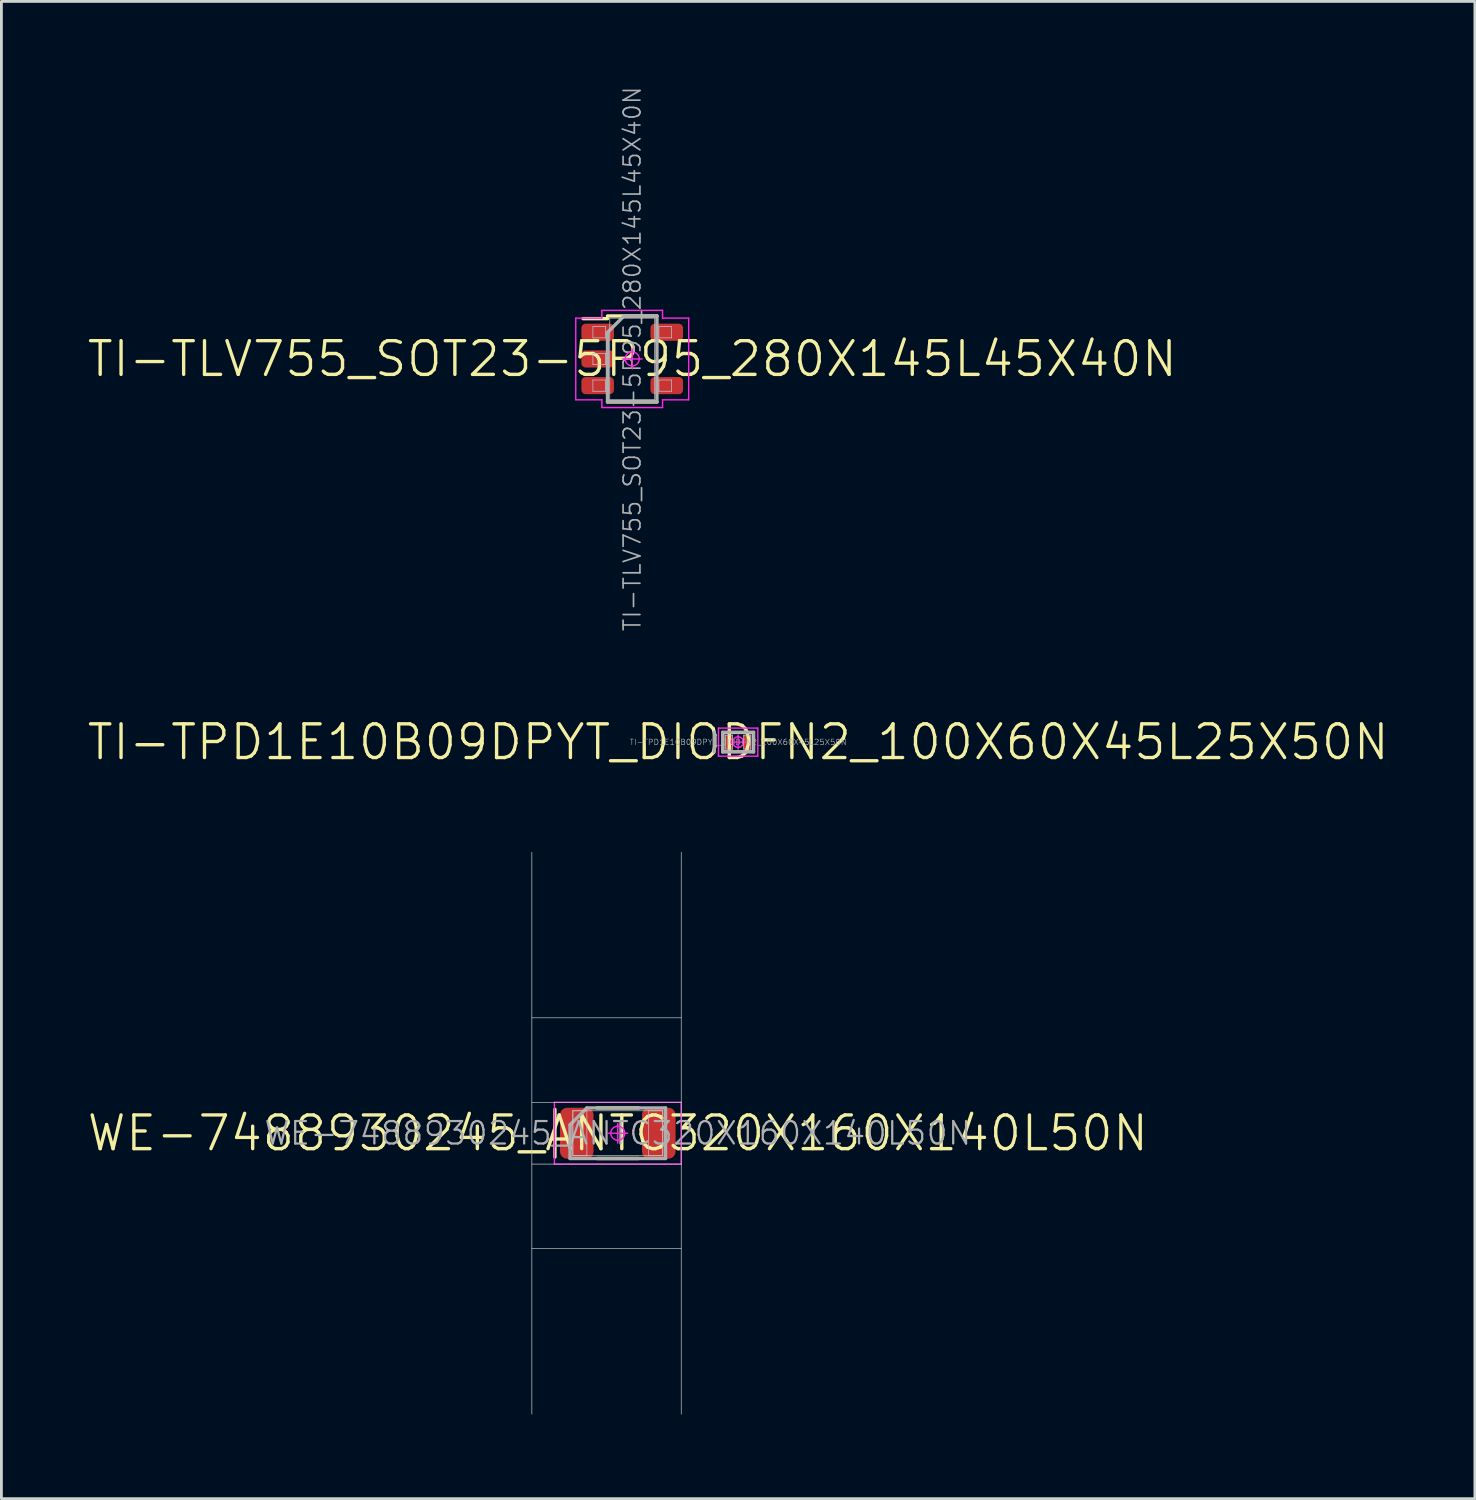
<source format=kicad_pcb>
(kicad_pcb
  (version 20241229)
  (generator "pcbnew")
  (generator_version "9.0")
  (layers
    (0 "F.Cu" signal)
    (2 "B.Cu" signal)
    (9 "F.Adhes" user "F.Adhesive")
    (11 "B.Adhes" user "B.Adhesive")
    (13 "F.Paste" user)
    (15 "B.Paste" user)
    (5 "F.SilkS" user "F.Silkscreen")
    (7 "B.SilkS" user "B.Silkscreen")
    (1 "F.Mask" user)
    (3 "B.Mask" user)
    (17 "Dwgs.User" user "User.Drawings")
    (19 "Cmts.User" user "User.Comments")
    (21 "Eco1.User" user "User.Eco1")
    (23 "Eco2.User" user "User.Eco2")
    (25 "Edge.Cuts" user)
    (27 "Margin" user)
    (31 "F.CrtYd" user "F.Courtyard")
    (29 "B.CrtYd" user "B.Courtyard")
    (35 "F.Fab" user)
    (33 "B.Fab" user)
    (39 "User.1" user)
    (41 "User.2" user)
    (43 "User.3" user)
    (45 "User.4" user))
  (footprint "TI-TLV755_SOT23-5P95_280X145L45X40N"
    (layer "F.Cu")
    (at 19.46 9.73)
    (property "Reference" "TI-TLV755_SOT23-5P95_280X145L45X40N" (at 0 0 0) (layer "F.SilkS") (effects (font (size 1.2 1.2) (thickness 0.12))))
    (attr smd)
    (fp_line (start -0.88 -1.53) (end 0.88 -1.53) (stroke (width 0.12) (type solid)) (layer "F.SilkS"))
    (fp_line (start -0.88 -1.435) (end -1.75 -1.435) (stroke (width 0.12) (type solid)) (layer "F.SilkS"))
    (fp_line (start -0.88 1.53) (end 0.88 1.53) (stroke (width 0.12) (type solid)) (layer "F.SilkS"))
    (fp_line (start -1.4 -1.15) (end -0.95 -1.15) (stroke (width 0.025) (type solid)) (layer "Dwgs.User"))
    (fp_line (start -1.4 -0.75) (end -1.4 -1.15) (stroke (width 0.025) (type solid)) (layer "Dwgs.User"))
    (fp_line (start -1.4 -0.2) (end -0.95 -0.2) (stroke (width 0.025) (type solid)) (layer "Dwgs.User"))
    (fp_line (start -1.4 0.2) (end -1.4 -0.2) (stroke (width 0.025) (type solid)) (layer "Dwgs.User"))
    (fp_line (start -1.4 0.75) (end -0.95 0.75) (stroke (width 0.025) (type solid)) (layer "Dwgs.User"))
    (fp_line (start -1.4 1.15) (end -1.4 0.75) (stroke (width 0.025) (type solid)) (layer "Dwgs.User"))
    (fp_line (start -0.95 -1.15) (end -0.95 -0.75) (stroke (width 0.025) (type solid)) (layer "Dwgs.User"))
    (fp_line (start -0.95 -0.75) (end -1.4 -0.75) (stroke (width 0.025) (type solid)) (layer "Dwgs.User"))
    (fp_line (start -0.95 -0.2) (end -0.95 0.2) (stroke (width 0.025) (type solid)) (layer "Dwgs.User"))
    (fp_line (start -0.95 0.2) (end -1.4 0.2) (stroke (width 0.025) (type solid)) (layer "Dwgs.User"))
    (fp_line (start -0.95 0.75) (end -0.95 1.15) (stroke (width 0.025) (type solid)) (layer "Dwgs.User"))
    (fp_line (start -0.95 1.15) (end -1.4 1.15) (stroke (width 0.025) (type solid)) (layer "Dwgs.User"))
    (fp_line (start -0.8 -1.45) (end 0.8 -1.45) (stroke (width 0.025) (type solid)) (layer "Dwgs.User"))
    (fp_line (start -0.8 1.45) (end -0.8 -1.45) (stroke (width 0.025) (type solid)) (layer "Dwgs.User"))
    (fp_line (start 0.8 -1.45) (end 0.8 1.45) (stroke (width 0.025) (type solid)) (layer "Dwgs.User"))
    (fp_line (start 0.8 1.45) (end -0.8 1.45) (stroke (width 0.025) (type solid)) (layer "Dwgs.User"))
    (fp_line (start 0.95 -1.15) (end 1.4 -1.15) (stroke (width 0.025) (type solid)) (layer "Dwgs.User"))
    (fp_line (start 0.95 -0.75) (end 0.95 -1.15) (stroke (width 0.025) (type solid)) (layer "Dwgs.User"))
    (fp_line (start 0.95 0.75) (end 1.4 0.75) (stroke (width 0.025) (type solid)) (layer "Dwgs.User"))
    (fp_line (start 0.95 1.15) (end 0.95 0.75) (stroke (width 0.025) (type solid)) (layer "Dwgs.User"))
    (fp_line (start 1.4 -1.15) (end 1.4 -0.75) (stroke (width 0.025) (type solid)) (layer "Dwgs.User"))
    (fp_line (start 1.4 -0.75) (end 0.95 -0.75) (stroke (width 0.025) (type solid)) (layer "Dwgs.User"))
    (fp_line (start 1.4 0.75) (end 1.4 1.15) (stroke (width 0.025) (type solid)) (layer "Dwgs.User"))
    (fp_line (start 1.4 1.15) (end 0.95 1.15) (stroke (width 0.025) (type solid)) (layer "Dwgs.User"))
    (fp_line (start -2.01 -1.455) (end -2.01 1.455) (stroke (width 0.05) (type solid)) (layer "F.CrtYd"))
    (fp_line (start -2.01 1.455) (end -1.08 1.455) (stroke (width 0.05) (type solid)) (layer "F.CrtYd"))
    (fp_line (start -1.08 -1.73) (end -1.08 -1.455) (stroke (width 0.05) (type solid)) (layer "F.CrtYd"))
    (fp_line (start -1.08 -1.455) (end -2.01 -1.455) (stroke (width 0.05) (type solid)) (layer "F.CrtYd"))
    (fp_line (start -1.08 1.455) (end -1.08 1.73) (stroke (width 0.05) (type solid)) (layer "F.CrtYd"))
    (fp_line (start -1.08 1.73) (end 1.08 1.73) (stroke (width 0.05) (type solid)) (layer "F.CrtYd"))
    (fp_line (start 0 -0.35) (end 0 0.35) (stroke (width 0.05) (type solid)) (layer "F.CrtYd"))
    (fp_line (start 0.35 0) (end -0.35 0) (stroke (width 0.05) (type solid)) (layer "F.CrtYd"))
    (fp_line (start 1.08 -1.73) (end -1.08 -1.73) (stroke (width 0.05) (type solid)) (layer "F.CrtYd"))
    (fp_line (start 1.08 -1.455) (end 1.08 -1.73) (stroke (width 0.05) (type solid)) (layer "F.CrtYd"))
    (fp_line (start 1.08 1.455) (end 2.01 1.455) (stroke (width 0.05) (type solid)) (layer "F.CrtYd"))
    (fp_line (start 1.08 1.73) (end 1.08 1.455) (stroke (width 0.05) (type solid)) (layer "F.CrtYd"))
    (fp_line (start 2.01 -1.455) (end 1.08 -1.455) (stroke (width 0.05) (type solid)) (layer "F.CrtYd"))
    (fp_line (start 2.01 1.455) (end 2.01 -1.455) (stroke (width 0.05) (type solid)) (layer "F.CrtYd"))
    (fp_circle (center 0 0) (end 0 0.25) (stroke (width 0.05) (type solid)) (fill no) (layer "F.CrtYd"))
    (fp_line (start -0.88 -0.943) (end -0.293 -1.53) (stroke (width 0.12) (type solid)) (layer "F.Fab"))
    (fp_line (start -0.88 1.53) (end -0.88 -0.943) (stroke (width 0.12) (type solid)) (layer "F.Fab"))
    (fp_line (start -0.293 -1.53) (end 0.88 -1.53) (stroke (width 0.12) (type solid)) (layer "F.Fab"))
    (fp_line (start 0.88 -1.53) (end 0.88 1.53) (stroke (width 0.12) (type solid)) (layer "F.Fab"))
    (fp_line (start 0.88 1.53) (end -0.88 1.53) (stroke (width 0.12) (type solid)) (layer "F.Fab"))
    (fp_text user "${REFERENCE}" (at 0 0 270) (layer "F.Fab") (effects (font (size 0.6 0.6) (thickness 0.06))))
    (pad "1" smd roundrect (at -1.23 -0.95) (size 1.16 0.61) (layers "F.Cu" "F.Mask" "F.Paste") (roundrect_rratio 0.246))
    (pad "2" smd roundrect (at -1.23 0) (size 1.16 0.61) (layers "F.Cu" "F.Mask" "F.Paste") (roundrect_rratio 0.246))
    (pad "3" smd roundrect (at -1.23 0.95) (size 1.16 0.61) (layers "F.Cu" "F.Mask" "F.Paste") (roundrect_rratio 0.246))
    (pad "4" smd roundrect (at 1.23 0.95) (size 1.16 0.61) (layers "F.Cu" "F.Mask" "F.Paste") (roundrect_rratio 0.246))
    (pad "5" smd roundrect (at 1.23 -0.95) (size 1.16 0.61) (layers "F.Cu" "F.Mask" "F.Paste") (roundrect_rratio 0.246)))
  (footprint "TI-TPD1E10B09DPYT_DIODFN2_100X60X45L25X50N"
    (layer "F.Cu")
    (at 23.231 23.373)
    (property "Reference" "TI-TPD1E10B09DPYT_DIODFN2_100X60X45L25X50N" (at 0 0 0) (layer "F.SilkS") (effects (font (size 1.2 1.2) (thickness 0.12))))
    (attr smd)
    (fp_line (start -0.5 -0.3) (end 0.5 -0.3) (stroke (width 0.025) (type solid)) (layer "Dwgs.User"))
    (fp_line (start -0.5 0.3) (end -0.5 -0.3) (stroke (width 0.025) (type solid)) (layer "Dwgs.User"))
    (fp_line (start -0.45 -0.25) (end -0.2 -0.25) (stroke (width 0.025) (type solid)) (layer "Dwgs.User"))
    (fp_line (start -0.45 0.25) (end -0.45 -0.25) (stroke (width 0.025) (type solid)) (layer "Dwgs.User"))
    (fp_line (start -0.2 -0.25) (end -0.2 0.25) (stroke (width 0.025) (type solid)) (layer "Dwgs.User"))
    (fp_line (start -0.2 0.25) (end -0.45 0.25) (stroke (width 0.025) (type solid)) (layer "Dwgs.User"))
    (fp_line (start 0.2 -0.25) (end 0.45 -0.25) (stroke (width 0.025) (type solid)) (layer "Dwgs.User"))
    (fp_line (start 0.2 0.25) (end 0.2 -0.25) (stroke (width 0.025) (type solid)) (layer "Dwgs.User"))
    (fp_line (start 0.45 -0.25) (end 0.45 0.25) (stroke (width 0.025) (type solid)) (layer "Dwgs.User"))
    (fp_line (start 0.45 0.25) (end 0.2 0.25) (stroke (width 0.025) (type solid)) (layer "Dwgs.User"))
    (fp_line (start 0.5 -0.3) (end 0.5 0.3) (stroke (width 0.025) (type solid)) (layer "Dwgs.User"))
    (fp_line (start 0.5 0.3) (end -0.5 0.3) (stroke (width 0.025) (type solid)) (layer "Dwgs.User"))
    (fp_line (start -0.7 -0.5) (end 0.7 -0.5) (stroke (width 0.05) (type solid)) (layer "F.CrtYd"))
    (fp_line (start -0.7 0.5) (end -0.7 -0.5) (stroke (width 0.05) (type solid)) (layer "F.CrtYd"))
    (fp_line (start 0 -0.25) (end 0 0.25) (stroke (width 0.05) (type solid)) (layer "F.CrtYd"))
    (fp_line (start 0.25 0) (end -0.25 0) (stroke (width 0.05) (type solid)) (layer "F.CrtYd"))
    (fp_line (start 0.7 -0.5) (end 0.7 0.5) (stroke (width 0.05) (type solid)) (layer "F.CrtYd"))
    (fp_line (start 0.7 0.5) (end -0.7 0.5) (stroke (width 0.05) (type solid)) (layer "F.CrtYd"))
    (fp_circle (center 0 0) (end 0 0.188) (stroke (width 0.05) (type solid)) (fill no) (layer "F.CrtYd"))
    (fp_line (start -0.85 0.35) (end -0.85 -0.35) (stroke (width 0.12) (type solid)) (layer "F.Fab"))
    (fp_line (start -0.55 -0.35) (end 0.55 -0.35) (stroke (width 0.12) (type solid)) (layer "F.Fab"))
    (fp_line (start -0.55 0.35) (end -0.55 -0.35) (stroke (width 0.12) (type solid)) (layer "F.Fab"))
    (fp_line (start 0.55 -0.35) (end 0.55 0.35) (stroke (width 0.12) (type solid)) (layer "F.Fab"))
    (fp_line (start 0.55 0.35) (end -0.55 0.35) (stroke (width 0.12) (type solid)) (layer "F.Fab"))
    (fp_text user "${REFERENCE}" (at 0 0 0) (layer "F.Fab") (effects (font (size 0.2 0.2) (thickness 0.02))))
    (pad "1" smd rect (at -0.325 0) (size 0.28 0.52) (layers "F.Cu" "F.Mask" "F.Paste"))
    (pad "2" smd rect (at 0.325 0) (size 0.28 0.52) (layers "F.Cu" "F.Mask" "F.Paste")))
  (footprint "WE-7488930245_ANTC320X160X140L50N"
    (layer "F.Cu")
    (at 18.946 37.298)
    (property "Reference" "WE-7488930245_ANTC320X160X140L50N" (at 0 0 0) (layer "F.SilkS") (effects (font (size 1.2 1.2) (thickness 0.12))))
    (attr smd)
    (fp_line (start -2.238 -0.847) (end -2.238 0.847) (stroke (width 0.12) (type solid)) (layer "F.SilkS"))
    (fp_line (start -0.742 -0.9) (end 0.742 -0.9) (stroke (width 0.12) (type solid)) (layer "F.SilkS"))
    (fp_line (start -0.742 0.9) (end 0.742 0.9) (stroke (width 0.12) (type solid)) (layer "F.SilkS"))
    (fp_line (start -3.06 -10) (end -3.06 10) (stroke (width 0.025) (type solid)) (layer "Dwgs.User"))
    (fp_line (start -3.06 -4.11) (end 2.26 -4.11) (stroke (width 0.025) (type solid)) (layer "Dwgs.User"))
    (fp_line (start -3.06 -1.1) (end 2.26 -1.1) (stroke (width 0.025) (type solid)) (layer "Dwgs.User"))
    (fp_line (start -3.06 1.1) (end 2.26 1.1) (stroke (width 0.025) (type solid)) (layer "Dwgs.User"))
    (fp_line (start -3.06 4.11) (end 2.26 4.11) (stroke (width 0.025) (type solid)) (layer "Dwgs.User"))
    (fp_line (start -1.6 -0.8) (end -1.1 -0.8) (stroke (width 0.025) (type solid)) (layer "Dwgs.User"))
    (fp_line (start -1.6 -0.8) (end 1.6 -0.8) (stroke (width 0.025) (type solid)) (layer "Dwgs.User"))
    (fp_line (start -1.6 0.8) (end -1.6 -0.8) (stroke (width 0.025) (type solid)) (layer "Dwgs.User"))
    (fp_line (start -1.6 0.8) (end -1.6 -0.8) (stroke (width 0.025) (type solid)) (layer "Dwgs.User"))
    (fp_line (start -1.1 -0.8) (end -1.1 0.8) (stroke (width 0.025) (type solid)) (layer "Dwgs.User"))
    (fp_line (start -1.1 0.8) (end -1.6 0.8) (stroke (width 0.025) (type solid)) (layer "Dwgs.User"))
    (fp_line (start 1.1 -0.8) (end 1.6 -0.8) (stroke (width 0.025) (type solid)) (layer "Dwgs.User"))
    (fp_line (start 1.1 0.8) (end 1.1 -0.8) (stroke (width 0.025) (type solid)) (layer "Dwgs.User"))
    (fp_line (start 1.6 -0.8) (end 1.6 0.8) (stroke (width 0.025) (type solid)) (layer "Dwgs.User"))
    (fp_line (start 1.6 -0.8) (end 1.6 0.8) (stroke (width 0.025) (type solid)) (layer "Dwgs.User"))
    (fp_line (start 1.6 0.8) (end -1.6 0.8) (stroke (width 0.025) (type solid)) (layer "Dwgs.User"))
    (fp_line (start 1.6 0.8) (end 1.1 0.8) (stroke (width 0.025) (type solid)) (layer "Dwgs.User"))
    (fp_line (start 2.26 -10) (end 2.26 10) (stroke (width 0.025) (type solid)) (layer "Dwgs.User"))
    (fp_line (start -2.257 -1.1) (end 2.257 -1.1) (stroke (width 0.05) (type solid)) (layer "F.CrtYd"))
    (fp_line (start -2.257 1.1) (end -2.257 -1.1) (stroke (width 0.05) (type solid)) (layer "F.CrtYd"))
    (fp_line (start 0 -0.35) (end 0 0.35) (stroke (width 0.05) (type solid)) (layer "F.CrtYd"))
    (fp_line (start 0.35 0) (end -0.35 0) (stroke (width 0.05) (type solid)) (layer "F.CrtYd"))
    (fp_line (start 2.257 -1.1) (end 2.257 1.1) (stroke (width 0.05) (type solid)) (layer "F.CrtYd"))
    (fp_line (start 2.257 1.1) (end -2.257 1.1) (stroke (width 0.05) (type solid)) (layer "F.CrtYd"))
    (fp_circle (center 0 0) (end 0 0.25) (stroke (width 0.05) (type solid)) (fill no) (layer "F.CrtYd"))
    (fp_line (start -1.7 -0.3) (end -1.1 -0.9) (stroke (width 0.12) (type solid)) (layer "F.Fab"))
    (fp_line (start -1.7 0.9) (end -1.7 -0.3) (stroke (width 0.12) (type solid)) (layer "F.Fab"))
    (fp_line (start -1.1 -0.9) (end 1.7 -0.9) (stroke (width 0.12) (type solid)) (layer "F.Fab"))
    (fp_line (start 1.7 -0.9) (end 1.7 0.9) (stroke (width 0.12) (type solid)) (layer "F.Fab"))
    (fp_line (start 1.7 0.9) (end -1.7 0.9) (stroke (width 0.12) (type solid)) (layer "F.Fab"))
    (fp_text user "${REFERENCE}" (at 0 0 0) (layer "F.Fab") (effects (font (size 0.8 0.8) (thickness 0.08))))
    (pad "1" smd roundrect (at -1.46 0) (size 1.195 1.815) (layers "F.Cu" "F.Mask" "F.Paste") (roundrect_rratio 0.209))
    (pad "2" smd roundrect (at 1.46 0) (size 1.195 1.815) (layers "F.Cu" "F.Mask" "F.Paste") (roundrect_rratio 0.209)))
  (gr_rect
    (start -3 -3)
    (end 49.463 50.31)
    (stroke (width 0.1) (type default))
    (fill no)
    (layer "Edge.Cuts")))
</source>
